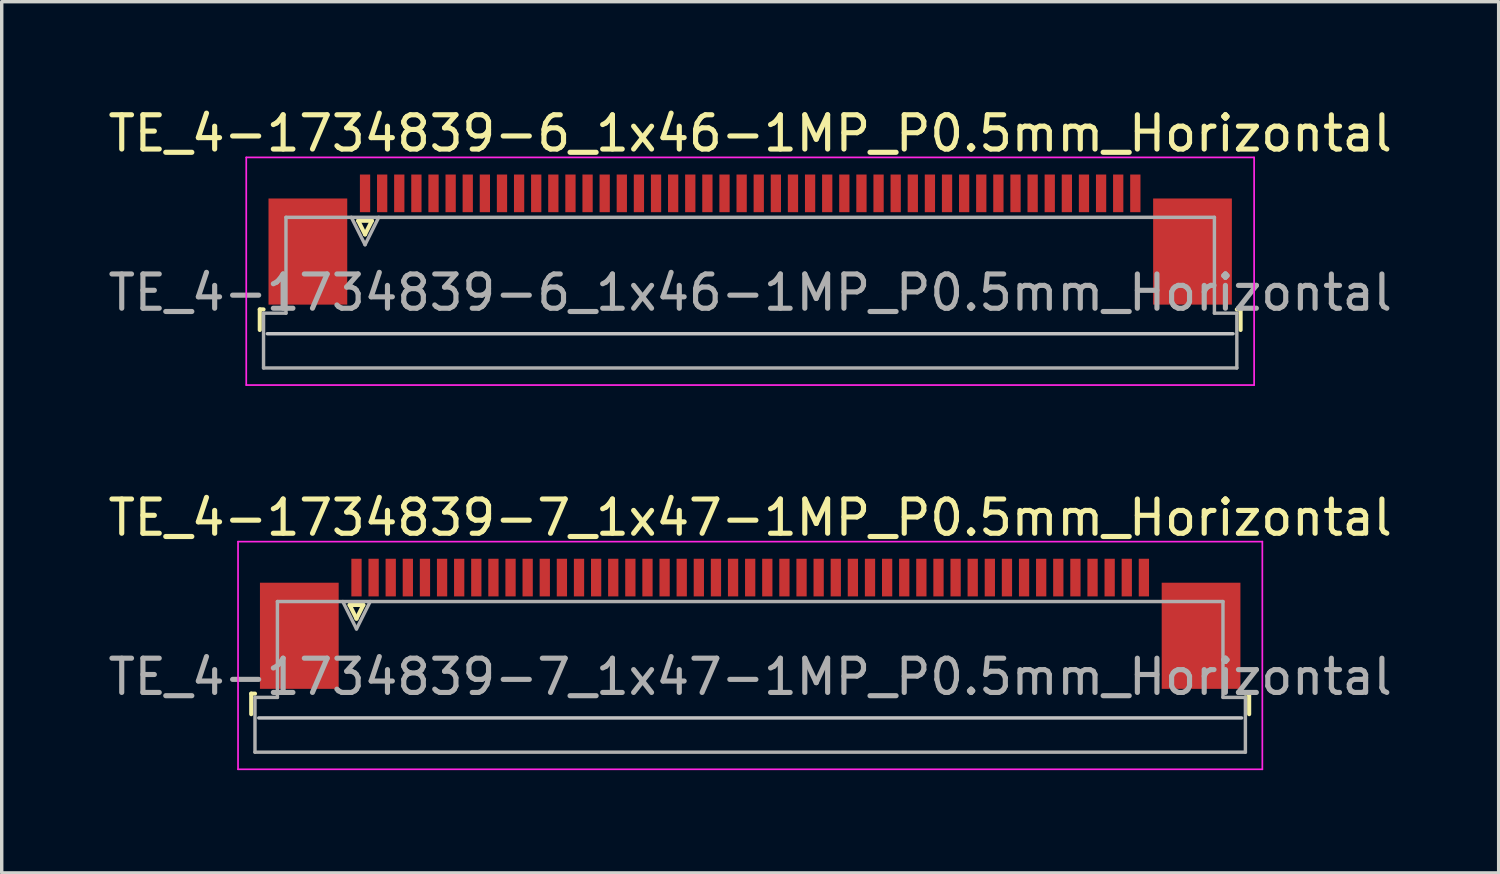
<source format=kicad_pcb>
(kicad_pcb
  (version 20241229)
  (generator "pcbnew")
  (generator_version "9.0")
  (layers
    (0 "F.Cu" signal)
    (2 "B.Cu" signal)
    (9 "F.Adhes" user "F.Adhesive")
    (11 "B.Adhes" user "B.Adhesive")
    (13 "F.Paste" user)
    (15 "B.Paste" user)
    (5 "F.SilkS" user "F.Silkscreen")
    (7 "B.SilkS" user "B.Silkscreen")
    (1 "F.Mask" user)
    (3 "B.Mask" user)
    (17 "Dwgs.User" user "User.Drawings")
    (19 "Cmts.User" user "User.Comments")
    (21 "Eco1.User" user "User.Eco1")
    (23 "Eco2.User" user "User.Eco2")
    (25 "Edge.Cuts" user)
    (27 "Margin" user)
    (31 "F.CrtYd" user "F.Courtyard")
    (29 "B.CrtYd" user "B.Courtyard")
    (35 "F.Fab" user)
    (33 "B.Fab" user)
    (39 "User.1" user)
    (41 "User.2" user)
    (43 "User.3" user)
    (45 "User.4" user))
  (footprint "TE_4-1734839-7_1x47-1MP_P0.5mm_Horizontal"
    (layer "F.Cu")
    (at 18.863 15.171)
    (property "Reference" "TE_4-1734839-7_1x47-1MP_P0.5mm_Horizontal" (at 0 -3.1 0) (layer "F.SilkS") (effects (font (size 1 1) (thickness 0.15))))
    (attr smd)
    (fp_line (start -14.575 2.04) (end -14.575 2.64) (stroke (width 0.12) (type solid)) (layer "F.SilkS"))
    (fp_line (start -14.465 2.04) (end -14.575 2.04) (stroke (width 0.12) (type solid)) (layer "F.SilkS"))
    (fp_line (start -11.7 -0.55) (end -11.5 -0.15) (stroke (width 0.12) (type solid)) (layer "F.SilkS"))
    (fp_line (start -11.5 -0.15) (end -11.3 -0.55) (stroke (width 0.12) (type solid)) (layer "F.SilkS"))
    (fp_line (start -11.3 -0.55) (end -11.7 -0.55) (stroke (width 0.12) (type solid)) (layer "F.SilkS"))
    (fp_line (start 14.465 2.04) (end 14.575 2.04) (stroke (width 0.12) (type solid)) (layer "F.SilkS"))
    (fp_line (start 14.575 2.04) (end 14.575 2.64) (stroke (width 0.12) (type solid)) (layer "F.SilkS"))
    (fp_line (start 14.355 2.75) (end -14.355 2.75) (stroke (width 0.1) (type solid)) (layer "Dwgs.User"))
    (fp_line (start -14.96 -2.4) (end -14.96 4.25) (stroke (width 0.05) (type solid)) (layer "F.CrtYd"))
    (fp_line (start -14.96 4.25) (end 14.96 4.25) (stroke (width 0.05) (type solid)) (layer "F.CrtYd"))
    (fp_line (start 14.96 -2.4) (end -14.96 -2.4) (stroke (width 0.05) (type solid)) (layer "F.CrtYd"))
    (fp_line (start 14.96 4.25) (end 14.96 -2.4) (stroke (width 0.05) (type solid)) (layer "F.CrtYd"))
    (fp_line (start -14.465 2.15) (end -13.81 2.15) (stroke (width 0.1) (type solid)) (layer "F.Fab"))
    (fp_line (start -14.465 3.75) (end -14.465 2.15) (stroke (width 0.1) (type solid)) (layer "F.Fab"))
    (fp_line (start -13.81 -0.65) (end 13.81 -0.65) (stroke (width 0.1) (type solid)) (layer "F.Fab"))
    (fp_line (start -13.81 2.15) (end -13.81 -0.65) (stroke (width 0.1) (type solid)) (layer "F.Fab"))
    (fp_line (start -11.9 -0.65) (end -11.5 0.15) (stroke (width 0.1) (type solid)) (layer "F.Fab"))
    (fp_line (start -11.5 0.15) (end -11.1 -0.65) (stroke (width 0.1) (type solid)) (layer "F.Fab"))
    (fp_line (start 13.81 -0.65) (end 13.81 2.15) (stroke (width 0.1) (type solid)) (layer "F.Fab"))
    (fp_line (start 13.81 2.15) (end 14.465 2.15) (stroke (width 0.1) (type solid)) (layer "F.Fab"))
    (fp_line (start 14.465 2.15) (end 14.465 3.75) (stroke (width 0.1) (type solid)) (layer "F.Fab"))
    (fp_line (start 14.465 3.75) (end -14.465 3.75) (stroke (width 0.1) (type solid)) (layer "F.Fab"))
    (fp_text user "${REFERENCE}" (at 0 1.55 0) (layer "F.Fab") (effects (font (size 1 1) (thickness 0.15))))
    (pad "1" smd rect (at -11.5 -1.35) (size 0.3 1.1) (layers "F.Cu" "F.Mask" "F.Paste"))
    (pad "2" smd rect (at -11 -1.35) (size 0.3 1.1) (layers "F.Cu" "F.Mask" "F.Paste"))
    (pad "3" smd rect (at -10.5 -1.35) (size 0.3 1.1) (layers "F.Cu" "F.Mask" "F.Paste"))
    (pad "4" smd rect (at -10 -1.35) (size 0.3 1.1) (layers "F.Cu" "F.Mask" "F.Paste"))
    (pad "5" smd rect (at -9.5 -1.35) (size 0.3 1.1) (layers "F.Cu" "F.Mask" "F.Paste"))
    (pad "6" smd rect (at -9 -1.35) (size 0.3 1.1) (layers "F.Cu" "F.Mask" "F.Paste"))
    (pad "7" smd rect (at -8.5 -1.35) (size 0.3 1.1) (layers "F.Cu" "F.Mask" "F.Paste"))
    (pad "8" smd rect (at -8 -1.35) (size 0.3 1.1) (layers "F.Cu" "F.Mask" "F.Paste"))
    (pad "9" smd rect (at -7.5 -1.35) (size 0.3 1.1) (layers "F.Cu" "F.Mask" "F.Paste"))
    (pad "10" smd rect (at -7 -1.35) (size 0.3 1.1) (layers "F.Cu" "F.Mask" "F.Paste"))
    (pad "11" smd rect (at -6.5 -1.35) (size 0.3 1.1) (layers "F.Cu" "F.Mask" "F.Paste"))
    (pad "12" smd rect (at -6 -1.35) (size 0.3 1.1) (layers "F.Cu" "F.Mask" "F.Paste"))
    (pad "13" smd rect (at -5.5 -1.35) (size 0.3 1.1) (layers "F.Cu" "F.Mask" "F.Paste"))
    (pad "14" smd rect (at -5 -1.35) (size 0.3 1.1) (layers "F.Cu" "F.Mask" "F.Paste"))
    (pad "15" smd rect (at -4.5 -1.35) (size 0.3 1.1) (layers "F.Cu" "F.Mask" "F.Paste"))
    (pad "16" smd rect (at -4 -1.35) (size 0.3 1.1) (layers "F.Cu" "F.Mask" "F.Paste"))
    (pad "17" smd rect (at -3.5 -1.35) (size 0.3 1.1) (layers "F.Cu" "F.Mask" "F.Paste"))
    (pad "18" smd rect (at -3 -1.35) (size 0.3 1.1) (layers "F.Cu" "F.Mask" "F.Paste"))
    (pad "19" smd rect (at -2.5 -1.35) (size 0.3 1.1) (layers "F.Cu" "F.Mask" "F.Paste"))
    (pad "20" smd rect (at -2 -1.35) (size 0.3 1.1) (layers "F.Cu" "F.Mask" "F.Paste"))
    (pad "21" smd rect (at -1.5 -1.35) (size 0.3 1.1) (layers "F.Cu" "F.Mask" "F.Paste"))
    (pad "22" smd rect (at -1 -1.35) (size 0.3 1.1) (layers "F.Cu" "F.Mask" "F.Paste"))
    (pad "23" smd rect (at -0.5 -1.35) (size 0.3 1.1) (layers "F.Cu" "F.Mask" "F.Paste"))
    (pad "24" smd rect (at 0 -1.35) (size 0.3 1.1) (layers "F.Cu" "F.Mask" "F.Paste"))
    (pad "25" smd rect (at 0.5 -1.35) (size 0.3 1.1) (layers "F.Cu" "F.Mask" "F.Paste"))
    (pad "26" smd rect (at 1 -1.35) (size 0.3 1.1) (layers "F.Cu" "F.Mask" "F.Paste"))
    (pad "27" smd rect (at 1.5 -1.35) (size 0.3 1.1) (layers "F.Cu" "F.Mask" "F.Paste"))
    (pad "28" smd rect (at 2 -1.35) (size 0.3 1.1) (layers "F.Cu" "F.Mask" "F.Paste"))
    (pad "29" smd rect (at 2.5 -1.35) (size 0.3 1.1) (layers "F.Cu" "F.Mask" "F.Paste"))
    (pad "30" smd rect (at 3 -1.35) (size 0.3 1.1) (layers "F.Cu" "F.Mask" "F.Paste"))
    (pad "31" smd rect (at 3.5 -1.35) (size 0.3 1.1) (layers "F.Cu" "F.Mask" "F.Paste"))
    (pad "32" smd rect (at 4 -1.35) (size 0.3 1.1) (layers "F.Cu" "F.Mask" "F.Paste"))
    (pad "33" smd rect (at 4.5 -1.35) (size 0.3 1.1) (layers "F.Cu" "F.Mask" "F.Paste"))
    (pad "34" smd rect (at 5 -1.35) (size 0.3 1.1) (layers "F.Cu" "F.Mask" "F.Paste"))
    (pad "35" smd rect (at 5.5 -1.35) (size 0.3 1.1) (layers "F.Cu" "F.Mask" "F.Paste"))
    (pad "36" smd rect (at 6 -1.35) (size 0.3 1.1) (layers "F.Cu" "F.Mask" "F.Paste"))
    (pad "37" smd rect (at 6.5 -1.35) (size 0.3 1.1) (layers "F.Cu" "F.Mask" "F.Paste"))
    (pad "38" smd rect (at 7 -1.35) (size 0.3 1.1) (layers "F.Cu" "F.Mask" "F.Paste"))
    (pad "39" smd rect (at 7.5 -1.35) (size 0.3 1.1) (layers "F.Cu" "F.Mask" "F.Paste"))
    (pad "40" smd rect (at 8 -1.35) (size 0.3 1.1) (layers "F.Cu" "F.Mask" "F.Paste"))
    (pad "41" smd rect (at 8.5 -1.35) (size 0.3 1.1) (layers "F.Cu" "F.Mask" "F.Paste"))
    (pad "42" smd rect (at 9 -1.35) (size 0.3 1.1) (layers "F.Cu" "F.Mask" "F.Paste"))
    (pad "43" smd rect (at 9.5 -1.35) (size 0.3 1.1) (layers "F.Cu" "F.Mask" "F.Paste"))
    (pad "44" smd rect (at 10 -1.35) (size 0.3 1.1) (layers "F.Cu" "F.Mask" "F.Paste"))
    (pad "45" smd rect (at 10.5 -1.35) (size 0.3 1.1) (layers "F.Cu" "F.Mask" "F.Paste"))
    (pad "46" smd rect (at 11 -1.35) (size 0.3 1.1) (layers "F.Cu" "F.Mask" "F.Paste"))
    (pad "47" smd rect (at 11.5 -1.35) (size 0.3 1.1) (layers "F.Cu" "F.Mask" "F.Paste"))
    (pad "MP" smd rect (at -13.17 0.35) (size 2.3 3.1) (layers "F.Cu" "F.Mask" "F.Paste"))
    (pad "MP" smd rect (at 13.17 0.35) (size 2.3 3.1) (layers "F.Cu" "F.Mask" "F.Paste")))
  (footprint "TE_4-1734839-6_1x46-1MP_P0.5mm_Horizontal"
    (layer "F.Cu")
    (at 18.863 3.948)
    (property "Reference" "TE_4-1734839-6_1x46-1MP_P0.5mm_Horizontal" (at 0 -3.1 0) (layer "F.SilkS") (effects (font (size 1 1) (thickness 0.15))))
    (attr smd)
    (fp_line (start -14.325 2.04) (end -14.325 2.64) (stroke (width 0.12) (type solid)) (layer "F.SilkS"))
    (fp_line (start -14.215 2.04) (end -14.325 2.04) (stroke (width 0.12) (type solid)) (layer "F.SilkS"))
    (fp_line (start -11.45 -0.55) (end -11.25 -0.15) (stroke (width 0.12) (type solid)) (layer "F.SilkS"))
    (fp_line (start -11.25 -0.15) (end -11.05 -0.55) (stroke (width 0.12) (type solid)) (layer "F.SilkS"))
    (fp_line (start -11.05 -0.55) (end -11.45 -0.55) (stroke (width 0.12) (type solid)) (layer "F.SilkS"))
    (fp_line (start 14.215 2.04) (end 14.325 2.04) (stroke (width 0.12) (type solid)) (layer "F.SilkS"))
    (fp_line (start 14.325 2.04) (end 14.325 2.64) (stroke (width 0.12) (type solid)) (layer "F.SilkS"))
    (fp_line (start 14.105 2.75) (end -14.105 2.75) (stroke (width 0.1) (type solid)) (layer "Dwgs.User"))
    (fp_line (start -14.72 -2.4) (end -14.72 4.25) (stroke (width 0.05) (type solid)) (layer "F.CrtYd"))
    (fp_line (start -14.72 4.25) (end 14.72 4.25) (stroke (width 0.05) (type solid)) (layer "F.CrtYd"))
    (fp_line (start 14.72 -2.4) (end -14.72 -2.4) (stroke (width 0.05) (type solid)) (layer "F.CrtYd"))
    (fp_line (start 14.72 4.25) (end 14.72 -2.4) (stroke (width 0.05) (type solid)) (layer "F.CrtYd"))
    (fp_line (start -14.215 2.15) (end -13.56 2.15) (stroke (width 0.1) (type solid)) (layer "F.Fab"))
    (fp_line (start -14.215 3.75) (end -14.215 2.15) (stroke (width 0.1) (type solid)) (layer "F.Fab"))
    (fp_line (start -13.56 -0.65) (end 13.56 -0.65) (stroke (width 0.1) (type solid)) (layer "F.Fab"))
    (fp_line (start -13.56 2.15) (end -13.56 -0.65) (stroke (width 0.1) (type solid)) (layer "F.Fab"))
    (fp_line (start -11.65 -0.65) (end -11.25 0.15) (stroke (width 0.1) (type solid)) (layer "F.Fab"))
    (fp_line (start -11.25 0.15) (end -10.85 -0.65) (stroke (width 0.1) (type solid)) (layer "F.Fab"))
    (fp_line (start 13.56 -0.65) (end 13.56 2.15) (stroke (width 0.1) (type solid)) (layer "F.Fab"))
    (fp_line (start 13.56 2.15) (end 14.215 2.15) (stroke (width 0.1) (type solid)) (layer "F.Fab"))
    (fp_line (start 14.215 2.15) (end 14.215 3.75) (stroke (width 0.1) (type solid)) (layer "F.Fab"))
    (fp_line (start 14.215 3.75) (end -14.215 3.75) (stroke (width 0.1) (type solid)) (layer "F.Fab"))
    (fp_text user "${REFERENCE}" (at 0 1.55 0) (layer "F.Fab") (effects (font (size 1 1) (thickness 0.15))))
    (pad "1" smd rect (at -11.25 -1.35) (size 0.3 1.1) (layers "F.Cu" "F.Mask" "F.Paste"))
    (pad "2" smd rect (at -10.75 -1.35) (size 0.3 1.1) (layers "F.Cu" "F.Mask" "F.Paste"))
    (pad "3" smd rect (at -10.25 -1.35) (size 0.3 1.1) (layers "F.Cu" "F.Mask" "F.Paste"))
    (pad "4" smd rect (at -9.75 -1.35) (size 0.3 1.1) (layers "F.Cu" "F.Mask" "F.Paste"))
    (pad "5" smd rect (at -9.25 -1.35) (size 0.3 1.1) (layers "F.Cu" "F.Mask" "F.Paste"))
    (pad "6" smd rect (at -8.75 -1.35) (size 0.3 1.1) (layers "F.Cu" "F.Mask" "F.Paste"))
    (pad "7" smd rect (at -8.25 -1.35) (size 0.3 1.1) (layers "F.Cu" "F.Mask" "F.Paste"))
    (pad "8" smd rect (at -7.75 -1.35) (size 0.3 1.1) (layers "F.Cu" "F.Mask" "F.Paste"))
    (pad "9" smd rect (at -7.25 -1.35) (size 0.3 1.1) (layers "F.Cu" "F.Mask" "F.Paste"))
    (pad "10" smd rect (at -6.75 -1.35) (size 0.3 1.1) (layers "F.Cu" "F.Mask" "F.Paste"))
    (pad "11" smd rect (at -6.25 -1.35) (size 0.3 1.1) (layers "F.Cu" "F.Mask" "F.Paste"))
    (pad "12" smd rect (at -5.75 -1.35) (size 0.3 1.1) (layers "F.Cu" "F.Mask" "F.Paste"))
    (pad "13" smd rect (at -5.25 -1.35) (size 0.3 1.1) (layers "F.Cu" "F.Mask" "F.Paste"))
    (pad "14" smd rect (at -4.75 -1.35) (size 0.3 1.1) (layers "F.Cu" "F.Mask" "F.Paste"))
    (pad "15" smd rect (at -4.25 -1.35) (size 0.3 1.1) (layers "F.Cu" "F.Mask" "F.Paste"))
    (pad "16" smd rect (at -3.75 -1.35) (size 0.3 1.1) (layers "F.Cu" "F.Mask" "F.Paste"))
    (pad "17" smd rect (at -3.25 -1.35) (size 0.3 1.1) (layers "F.Cu" "F.Mask" "F.Paste"))
    (pad "18" smd rect (at -2.75 -1.35) (size 0.3 1.1) (layers "F.Cu" "F.Mask" "F.Paste"))
    (pad "19" smd rect (at -2.25 -1.35) (size 0.3 1.1) (layers "F.Cu" "F.Mask" "F.Paste"))
    (pad "20" smd rect (at -1.75 -1.35) (size 0.3 1.1) (layers "F.Cu" "F.Mask" "F.Paste"))
    (pad "21" smd rect (at -1.25 -1.35) (size 0.3 1.1) (layers "F.Cu" "F.Mask" "F.Paste"))
    (pad "22" smd rect (at -0.75 -1.35) (size 0.3 1.1) (layers "F.Cu" "F.Mask" "F.Paste"))
    (pad "23" smd rect (at -0.25 -1.35) (size 0.3 1.1) (layers "F.Cu" "F.Mask" "F.Paste"))
    (pad "24" smd rect (at 0.25 -1.35) (size 0.3 1.1) (layers "F.Cu" "F.Mask" "F.Paste"))
    (pad "25" smd rect (at 0.75 -1.35) (size 0.3 1.1) (layers "F.Cu" "F.Mask" "F.Paste"))
    (pad "26" smd rect (at 1.25 -1.35) (size 0.3 1.1) (layers "F.Cu" "F.Mask" "F.Paste"))
    (pad "27" smd rect (at 1.75 -1.35) (size 0.3 1.1) (layers "F.Cu" "F.Mask" "F.Paste"))
    (pad "28" smd rect (at 2.25 -1.35) (size 0.3 1.1) (layers "F.Cu" "F.Mask" "F.Paste"))
    (pad "29" smd rect (at 2.75 -1.35) (size 0.3 1.1) (layers "F.Cu" "F.Mask" "F.Paste"))
    (pad "30" smd rect (at 3.25 -1.35) (size 0.3 1.1) (layers "F.Cu" "F.Mask" "F.Paste"))
    (pad "31" smd rect (at 3.75 -1.35) (size 0.3 1.1) (layers "F.Cu" "F.Mask" "F.Paste"))
    (pad "32" smd rect (at 4.25 -1.35) (size 0.3 1.1) (layers "F.Cu" "F.Mask" "F.Paste"))
    (pad "33" smd rect (at 4.75 -1.35) (size 0.3 1.1) (layers "F.Cu" "F.Mask" "F.Paste"))
    (pad "34" smd rect (at 5.25 -1.35) (size 0.3 1.1) (layers "F.Cu" "F.Mask" "F.Paste"))
    (pad "35" smd rect (at 5.75 -1.35) (size 0.3 1.1) (layers "F.Cu" "F.Mask" "F.Paste"))
    (pad "36" smd rect (at 6.25 -1.35) (size 0.3 1.1) (layers "F.Cu" "F.Mask" "F.Paste"))
    (pad "37" smd rect (at 6.75 -1.35) (size 0.3 1.1) (layers "F.Cu" "F.Mask" "F.Paste"))
    (pad "38" smd rect (at 7.25 -1.35) (size 0.3 1.1) (layers "F.Cu" "F.Mask" "F.Paste"))
    (pad "39" smd rect (at 7.75 -1.35) (size 0.3 1.1) (layers "F.Cu" "F.Mask" "F.Paste"))
    (pad "40" smd rect (at 8.25 -1.35) (size 0.3 1.1) (layers "F.Cu" "F.Mask" "F.Paste"))
    (pad "41" smd rect (at 8.75 -1.35) (size 0.3 1.1) (layers "F.Cu" "F.Mask" "F.Paste"))
    (pad "42" smd rect (at 9.25 -1.35) (size 0.3 1.1) (layers "F.Cu" "F.Mask" "F.Paste"))
    (pad "43" smd rect (at 9.75 -1.35) (size 0.3 1.1) (layers "F.Cu" "F.Mask" "F.Paste"))
    (pad "44" smd rect (at 10.25 -1.35) (size 0.3 1.1) (layers "F.Cu" "F.Mask" "F.Paste"))
    (pad "45" smd rect (at 10.75 -1.35) (size 0.3 1.1) (layers "F.Cu" "F.Mask" "F.Paste"))
    (pad "46" smd rect (at 11.25 -1.35) (size 0.3 1.1) (layers "F.Cu" "F.Mask" "F.Paste"))
    (pad "MP" smd rect (at -12.92 0.35) (size 2.3 3.1) (layers "F.Cu" "F.Mask" "F.Paste"))
    (pad "MP" smd rect (at 12.92 0.35) (size 2.3 3.1) (layers "F.Cu" "F.Mask" "F.Paste")))
  (gr_rect
    (start -3 -3)
    (end 40.726 22.447)
    (stroke (width 0.1) (type default))
    (fill no)
    (layer "Edge.Cuts")))
</source>
